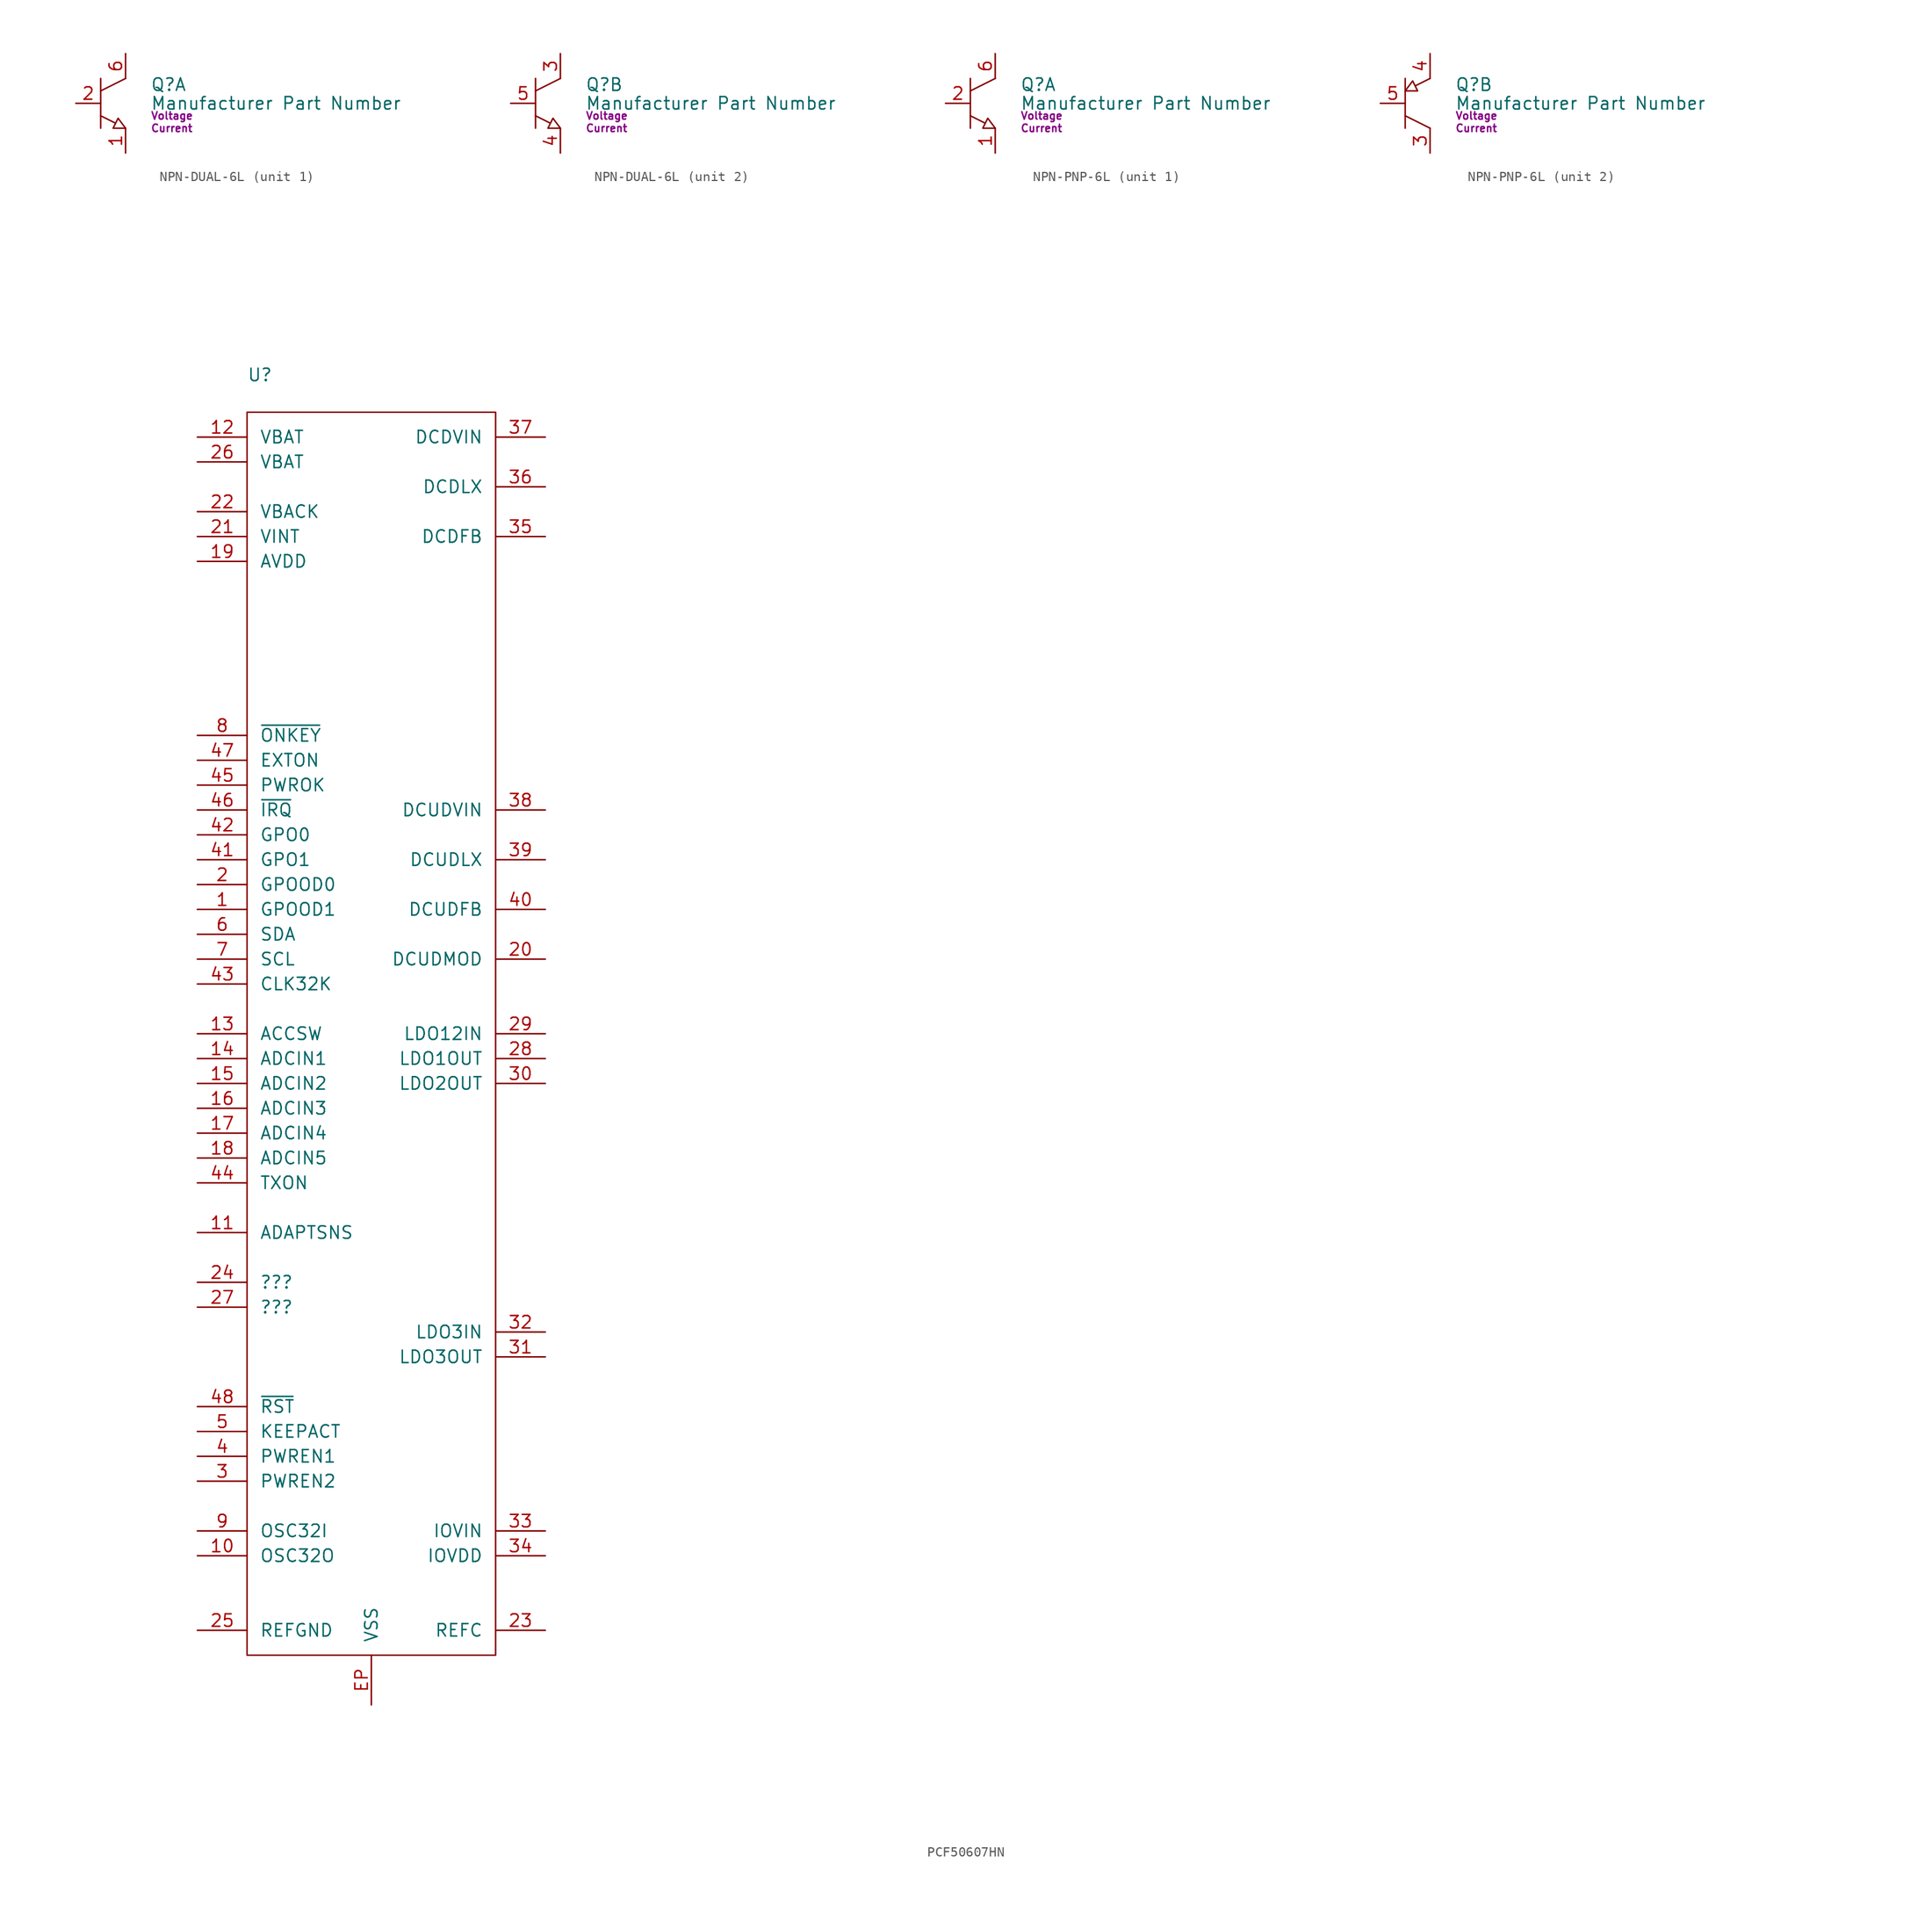
<source format=kicad_sym>
(kicad_symbol_lib
  (version 20231120)
  (generator "kicad_symbol_editor")
  (generator_version "8.0")
  (symbol "NPN-DUAL-6L"
    (pin_names
      (offset 0) hide)
    (property "Reference" "Q"
      (at 2.54 -3.175 0)
      (effects (font (size 1.27 1.27)) (justify left)))
    (property "Value" "Manufacturer Part Number"
      (at 2.54 -5.08 0)
      (effects (font (size 1.27 1.27)) (justify left)))
    (property "Voltage" "Voltage"
      (at 2.54 -6.35 0)
      (effects (font (size 0.762 0.762)) (justify left)))
    (property "Current" "Current"
      (at 2.54 -7.62 0)
      (effects (font (size 0.762 0.762)) (justify left)))
    (symbol "NPN-DUAL-6L_0_1"
      (polyline (pts (xy -2.54 -3.81) (xy 0 -2.54)) (stroke (width 0) (type default)) (fill (type none)))
      (polyline (pts (xy -2.54 -2.54) (xy -2.54 -7.62)) (stroke (width 0) (type default)) (fill (type none)))
      (polyline (pts (xy -1.016 -7.112) (xy -0.762 -6.604) (xy 0 -7.62) (xy -1.27 -7.62) (xy -1.016 -7.112) (xy -2.54 -6.35)) (stroke (width 0) (type default)) (fill (type none))))
    (symbol "NPN-DUAL-6L_1_1"
      (pin passive line (at 0 -10.16 90) (length 2.54) (name "E1" (effects (font (size 1.27 1.27)))) (number "1" (effects (font (size 1.27 1.27)))))
      (pin passive line (at -5.08 -5.08 0) (length 2.54) (name "B1" (effects (font (size 1.27 1.27)))) (number "2" (effects (font (size 1.27 1.27)))))
      (pin passive line (at 0 0 270) (length 2.54) (name "C1" (effects (font (size 1.27 1.27)))) (number "6" (effects (font (size 1.27 1.27))))))
    (symbol "NPN-DUAL-6L_2_1"
      (pin passive line (at 0 0 270) (length 2.54) (name "C2" (effects (font (size 1.27 1.27)))) (number "3" (effects (font (size 1.27 1.27)))))
      (pin passive line (at 0 -10.16 90) (length 2.54) (name "E2" (effects (font (size 1.27 1.27)))) (number "4" (effects (font (size 1.27 1.27)))))
      (pin passive line (at -5.08 -5.08 0) (length 2.54) (name "B2" (effects (font (size 1.27 1.27)))) (number "5" (effects (font (size 1.27 1.27)))))))
  (symbol "NPN-PNP-6L"
    (pin_names
      (offset 0) hide)
    (property "Reference" "Q"
      (at 2.54 -3.175 0)
      (effects (font (size 1.27 1.27)) (justify left)))
    (property "Value" "Manufacturer Part Number"
      (at 2.54 -5.08 0)
      (effects (font (size 1.27 1.27)) (justify left)))
    (property "Voltage" "Voltage"
      (at 2.54 -6.35 0)
      (effects (font (size 0.762 0.762)) (justify left)))
    (property "Current" "Current"
      (at 2.54 -7.62 0)
      (effects (font (size 0.762 0.762)) (justify left)))
    (property "ki_locked" ""
      (at 0 0 0)
      (effects (font (size 1.27 1.27))))
    (symbol "NPN-PNP-6L_1_1"
      (polyline (pts (xy -2.54 -3.81) (xy 0 -2.54)) (stroke (width 0) (type default)) (fill (type none)))
      (polyline (pts (xy -2.54 -2.54) (xy -2.54 -7.62)) (stroke (width 0) (type default)) (fill (type none)))
      (polyline (pts (xy -2.54 -6.35) (xy -1.016 -7.112) (xy -0.762 -6.604) (xy 0 -7.62) (xy -1.27 -7.62) (xy -1.016 -7.112)) (stroke (width 0) (type default)) (fill (type none)))
      (pin passive line (at 0 -10.16 90) (length 2.54) (name "E2" (effects (font (size 1.27 1.27)))) (number "1" (effects (font (size 1.27 1.27)))))
      (pin passive line (at -5.08 -5.08 0) (length 2.54) (name "B2" (effects (font (size 1.27 1.27)))) (number "2" (effects (font (size 1.27 1.27)))))
      (pin passive line (at 0 0 270) (length 2.54) (name "C2" (effects (font (size 1.27 1.27)))) (number "6" (effects (font (size 1.27 1.27))))))
    (symbol "NPN-PNP-6L_2_1"
      (polyline (pts (xy -2.54 -6.35) (xy 0 -7.62)) (stroke (width 0) (type default)) (fill (type none)))
      (polyline (pts (xy -2.54 -2.54) (xy -2.54 -7.62)) (stroke (width 0) (type default)) (fill (type none)))
      (polyline (pts (xy 0 -2.54) (xy -1.524 -3.302) (xy -1.778 -2.794) (xy -2.54 -3.81) (xy -1.27 -3.81) (xy -1.524 -3.302)) (stroke (width 0) (type default)) (fill (type none)))
      (pin passive line (at 0 -10.16 90) (length 2.54) (name "C1" (effects (font (size 1.27 1.27)))) (number "3" (effects (font (size 1.27 1.27)))))
      (pin passive line (at 0 0 270) (length 2.54) (name "E1" (effects (font (size 1.27 1.27)))) (number "4" (effects (font (size 1.27 1.27)))))
      (pin passive line (at -5.08 -5.08 0) (length 2.54) (name "B1" (effects (font (size 1.27 1.27)))) (number "5" (effects (font (size 1.27 1.27)))))))
  (symbol "PCF50607HN"
    (pin_names
      (offset 1.27))
    (property "Reference" "U"
      (at 0 3.81 0)
      (effects (font (size 1.27 1.27)) (justify left)))
    (property "Value" "${Manufacturer Part Number}"
      (at 0 1.27 0)
      (effects (font (size 1.27 1.27)) (justify left)))
    (property "Manufacturer Part Number" ""
      (at 45.72 -2.54 0)
      (effects (font (size 1.27 1.27)) (justify left) (hide yes)))
    (symbol "PCF50607HN_0_0"
      (text "" (at 22.522 -7.818 0) (effects (font (size 1.27 1.27))))
      (text_box private "NOTE:\nThis symbol is a best effort reconstruction using the PCF50605/6 datasheet. Assumptions of pin naming are based on the context provided by extraneous circuits on 820-1975. E.g. the DCxLDX pins necessarily must go to inductors. I've listed such assumptions below as best I could.\n\n1) The main VSS terminal for the for the PCF50605/6 is VSS. The only other GND-connecting terminal is REFGND, which is at pin 29 package. A similar such connection exists on the PCF50607 at pin 25. As both are locationally in the bottom right corner, this must be REFGND.\n\n2) Aside from VSS and REFGND, there are four other pins connecting to GND on the 820-1975; pins 3, 4, 20, 22. There are two operating state strapping pins; PWREN2,1, on the PCF50605/6 at pins 3 and 4, respectively. These are likely present on the PCF50607 as well at the same locations.\n\n3) One of the other two GND-connected pins; 20, is likely DCUDMOD. DCUDMOD selects the operating mode (0: Buck, 1: Boost) for the DCUD converter. The DCUDLX inductor on the 820-1975 is clearly configured for Buck operation given the absence of an external diode. This combined with the placement of the pin on the PCF50605/6 closer to the middle of the bottom edge, suggests pin 20 is likely the corresponding pin on the PCF50607.\n\n4) The final GND pin is likely VBACK, mostly justified due to its proximity to the bottom right corner. It's also the only other pin on this edge where a GND connection makes sense. Additionally, the datasheet for the PCF50605/6 specifies this is a valid configuration on pp.90.\n\"When no backup battery is used, the pin VBACK should be connected to VSS. In this\ncase the PCF50606 goes to the NOPOWER state if VBAT drops below VVERYLOWBAT,\nand no charger is connected.\"\n\n5) Pins 19 and 21 are presumed to be AVDD and VINT. This is mostly evidenced by their placement on the PCF50605/6 on either side of DCUDMOD. 820-1975 ties these two pins together which makes sense. VINT is the internal supply, while AVDD is the power input pin for the on-chip ADC. Supplying the ADC from the chip's own internal supply seems like a reasonable thing to do. VINT is nominally 2.7V and AVDD expects 2.5 ~ 3.3V. Thus, VINT sits squarely in this expected range. The following can also be found on pp.82 of the PCF50605/6 datasheet:\n\"Alternatively the AVDD pin can be connected to the internal supply (VINT).\"\n\n6) IOVIN and IOVDD on the PCF50605/6 are proximate to DCDFB. On the PCF50607, DCDFB is at pin 35, which would place IOVIN and IOVDD at 33 and 34, respectively. The IOVDD supply is internally an LDO, whose input is IOVIN. Thus, IOVIN must be a higher potential than IOVDD. 820-1975 connects pin 33 to the primary system power rail, while IOVDD only connects to a small handful of passives. Thus contextually, it's likely the assumed assignments are correct.\n\n7) Pin 23 is connected only to a 100nF capacitor. This is likely the REFC pin, further corroborated by the PCF50605/6 datasheet.\n\n8) Pins 28, 30, and 31 appear to be LDO outputs. The layout of the PCF50633 appears closer than the PCF50605/6." (at 50.8 0 0) (size 101.6 -101.6) (stroke (width -0.0001) (type default)) (fill (type none)) (effects (font (size 1.27 1.27)) (justify left top))))
    (symbol "PCF50607HN_1_1"
      (rectangle (start 0 0) (end 25.4 -127) (stroke (width 0) (type default)) (fill (type none)))
      (pin open_collector line (at -5.08 -50.8 0) (length 5.08) (name "GPOOD1" (effects (font (size 1.27 1.27)))) (number "1" (effects (font (size 1.27 1.27)))))
      (pin output line (at -5.08 -116.84 0) (length 5.08) (name "OSC32O" (effects (font (size 1.27 1.27)))) (number "10" (effects (font (size 1.27 1.27)))))
      (pin input line (at -5.08 -83.82 0) (length 5.08) (name "ADAPTSNS" (effects (font (size 1.27 1.27)))) (number "11" (effects (font (size 1.27 1.27)))))
      (pin power_in line (at -5.08 -2.54 0) (length 5.08) (name "VBAT" (effects (font (size 1.27 1.27)))) (number "12" (effects (font (size 1.27 1.27)))))
      (pin output line (at -5.08 -63.5 0) (length 5.08) (name "ACCSW" (effects (font (size 1.27 1.27)))) (number "13" (effects (font (size 1.27 1.27)))))
      (pin input line (at -5.08 -66.04 0) (length 5.08) (name "ADCIN1" (effects (font (size 1.27 1.27)))) (number "14" (effects (font (size 1.27 1.27)))))
      (pin input line (at -5.08 -68.58 0) (length 5.08) (name "ADCIN2" (effects (font (size 1.27 1.27)))) (number "15" (effects (font (size 1.27 1.27)))))
      (pin input line (at -5.08 -71.12 0) (length 5.08) (name "ADCIN3" (effects (font (size 1.27 1.27)))) (number "16" (effects (font (size 1.27 1.27)))))
      (pin input line (at -5.08 -73.66 0) (length 5.08) (name "ADCIN4" (effects (font (size 1.27 1.27)))) (number "17" (effects (font (size 1.27 1.27)))))
      (pin input line (at -5.08 -76.2 0) (length 5.08) (name "ADCIN5" (effects (font (size 1.27 1.27)))) (number "18" (effects (font (size 1.27 1.27)))))
      (pin output line (at -5.08 -15.24 0) (length 5.08) (name "AVDD" (effects (font (size 1.27 1.27)))) (number "19" (effects (font (size 1.27 1.27)))))
      (pin open_collector line (at -5.08 -48.26 0) (length 5.08) (name "GPOOD0" (effects (font (size 1.27 1.27)))) (number "2" (effects (font (size 1.27 1.27)))))
      (pin input line (at 30.48 -55.88 180) (length 5.08) (name "DCUDMOD" (effects (font (size 1.27 1.27)))) (number "20" (effects (font (size 1.27 1.27)))))
      (pin output line (at -5.08 -12.7 0) (length 5.08) (name "VINT" (effects (font (size 1.27 1.27)))) (number "21" (effects (font (size 1.27 1.27)))))
      (pin power_in line (at -5.08 -10.16 0) (length 5.08) (name "VBACK" (effects (font (size 1.27 1.27)))) (number "22" (effects (font (size 1.27 1.27)))))
      (pin power_in line (at 30.48 -124.46 180) (length 5.08) (name "REFC" (effects (font (size 1.27 1.27)))) (number "23" (effects (font (size 1.27 1.27)))))
      (pin bidirectional line (at -5.08 -88.9 0) (length 5.08) (name "???" (effects (font (size 1.27 1.27)))) (number "24" (effects (font (size 1.27 1.27)))))
      (pin power_in line (at -5.08 -124.46 0) (length 5.08) (name "REFGND" (effects (font (size 1.27 1.27)))) (number "25" (effects (font (size 1.27 1.27)))))
      (pin power_in line (at -5.08 -5.08 0) (length 5.08) (name "VBAT" (effects (font (size 1.27 1.27)))) (number "26" (effects (font (size 1.27 1.27)))))
      (pin bidirectional line (at -5.08 -91.44 0) (length 5.08) (name "???" (effects (font (size 1.27 1.27)))) (number "27" (effects (font (size 1.27 1.27)))))
      (pin power_out line (at 30.48 -66.04 180) (length 5.08) (name "LDO1OUT" (effects (font (size 1.27 1.27)))) (number "28" (effects (font (size 1.27 1.27)))))
      (pin power_in line (at 30.48 -63.5 180) (length 5.08) (name "LDO12IN" (effects (font (size 1.27 1.27)))) (number "29" (effects (font (size 1.27 1.27)))))
      (pin input line (at -5.08 -109.22 0) (length 5.08) (name "PWREN2" (effects (font (size 1.27 1.27)))) (number "3" (effects (font (size 1.27 1.27)))))
      (pin power_out line (at 30.48 -68.58 180) (length 5.08) (name "LDO2OUT" (effects (font (size 1.27 1.27)))) (number "30" (effects (font (size 1.27 1.27)))))
      (pin power_out line (at 30.48 -96.52 180) (length 5.08) (name "LDO3OUT" (effects (font (size 1.27 1.27)))) (number "31" (effects (font (size 1.27 1.27)))))
      (pin power_in line (at 30.48 -93.98 180) (length 5.08) (name "LDO3IN" (effects (font (size 1.27 1.27)))) (number "32" (effects (font (size 1.27 1.27)))))
      (pin power_in line (at 30.48 -114.3 180) (length 5.08) (name "IOVIN" (effects (font (size 1.27 1.27)))) (number "33" (effects (font (size 1.27 1.27)))))
      (pin power_out line (at 30.48 -116.84 180) (length 5.08) (name "IOVDD" (effects (font (size 1.27 1.27)))) (number "34" (effects (font (size 1.27 1.27)))))
      (pin input line (at 30.48 -12.7 180) (length 5.08) (name "DCDFB" (effects (font (size 1.27 1.27)))) (number "35" (effects (font (size 1.27 1.27)))))
      (pin passive line (at 30.48 -7.62 180) (length 5.08) (name "DCDLX" (effects (font (size 1.27 1.27)))) (number "36" (effects (font (size 1.27 1.27)))))
      (pin power_in line (at 30.48 -2.54 180) (length 5.08) (name "DCDVIN" (effects (font (size 1.27 1.27)))) (number "37" (effects (font (size 1.27 1.27)))))
      (pin power_in line (at 30.48 -40.64 180) (length 5.08) (name "DCUDVIN" (effects (font (size 1.27 1.27)))) (number "38" (effects (font (size 1.27 1.27)))))
      (pin passive line (at 30.48 -45.72 180) (length 5.08) (name "DCUDLX" (effects (font (size 1.27 1.27)))) (number "39" (effects (font (size 1.27 1.27)))))
      (pin input line (at -5.08 -106.68 0) (length 5.08) (name "PWREN1" (effects (font (size 1.27 1.27)))) (number "4" (effects (font (size 1.27 1.27)))))
      (pin input line (at 30.48 -50.8 180) (length 5.08) (name "DCUDFB" (effects (font (size 1.27 1.27)))) (number "40" (effects (font (size 1.27 1.27)))))
      (pin output line (at -5.08 -45.72 0) (length 5.08) (name "GPO1" (effects (font (size 1.27 1.27)))) (number "41" (effects (font (size 1.27 1.27)))))
      (pin output line (at -5.08 -43.18 0) (length 5.08) (name "GPO0" (effects (font (size 1.27 1.27)))) (number "42" (effects (font (size 1.27 1.27)))))
      (pin output line (at -5.08 -58.42 0) (length 5.08) (name "CLK32K" (effects (font (size 1.27 1.27)))) (number "43" (effects (font (size 1.27 1.27)))))
      (pin input line (at -5.08 -78.74 0) (length 5.08) (name "TXON" (effects (font (size 1.27 1.27)))) (number "44" (effects (font (size 1.27 1.27)))))
      (pin output line (at -5.08 -38.1 0) (length 5.08) (name "PWROK" (effects (font (size 1.27 1.27)))) (number "45" (effects (font (size 1.27 1.27)))))
      (pin open_collector line (at -5.08 -40.64 0) (length 5.08) (name "~{IRQ}" (effects (font (size 1.27 1.27)))) (number "46" (effects (font (size 1.27 1.27)))))
      (pin input line (at -5.08 -35.56 0) (length 5.08) (name "EXTON" (effects (font (size 1.27 1.27)))) (number "47" (effects (font (size 1.27 1.27)))))
      (pin output line (at -5.08 -101.6 0) (length 5.08) (name "~{RST}" (effects (font (size 1.27 1.27)))) (number "48" (effects (font (size 1.27 1.27)))))
      (pin output line (at -5.08 -104.14 0) (length 5.08) (name "KEEPACT" (effects (font (size 1.27 1.27)))) (number "5" (effects (font (size 1.27 1.27)))))
      (pin bidirectional line (at -5.08 -53.34 0) (length 5.08) (name "SDA" (effects (font (size 1.27 1.27)))) (number "6" (effects (font (size 1.27 1.27)))))
      (pin input line (at -5.08 -55.88 0) (length 5.08) (name "SCL" (effects (font (size 1.27 1.27)))) (number "7" (effects (font (size 1.27 1.27)))))
      (pin input line (at -5.08 -33.02 0) (length 5.08) (name "~{ONKEY}" (effects (font (size 1.27 1.27)))) (number "8" (effects (font (size 1.27 1.27)))))
      (pin input line (at -5.08 -114.3 0) (length 5.08) (name "OSC32I" (effects (font (size 1.27 1.27)))) (number "9" (effects (font (size 1.27 1.27)))))
      (pin power_in line (at 12.7 -132.08 90) (length 5.08) (name "VSS" (effects (font (size 1.27 1.27)))) (number "EP" (effects (font (size 1.27 1.27))))))))
</source>
